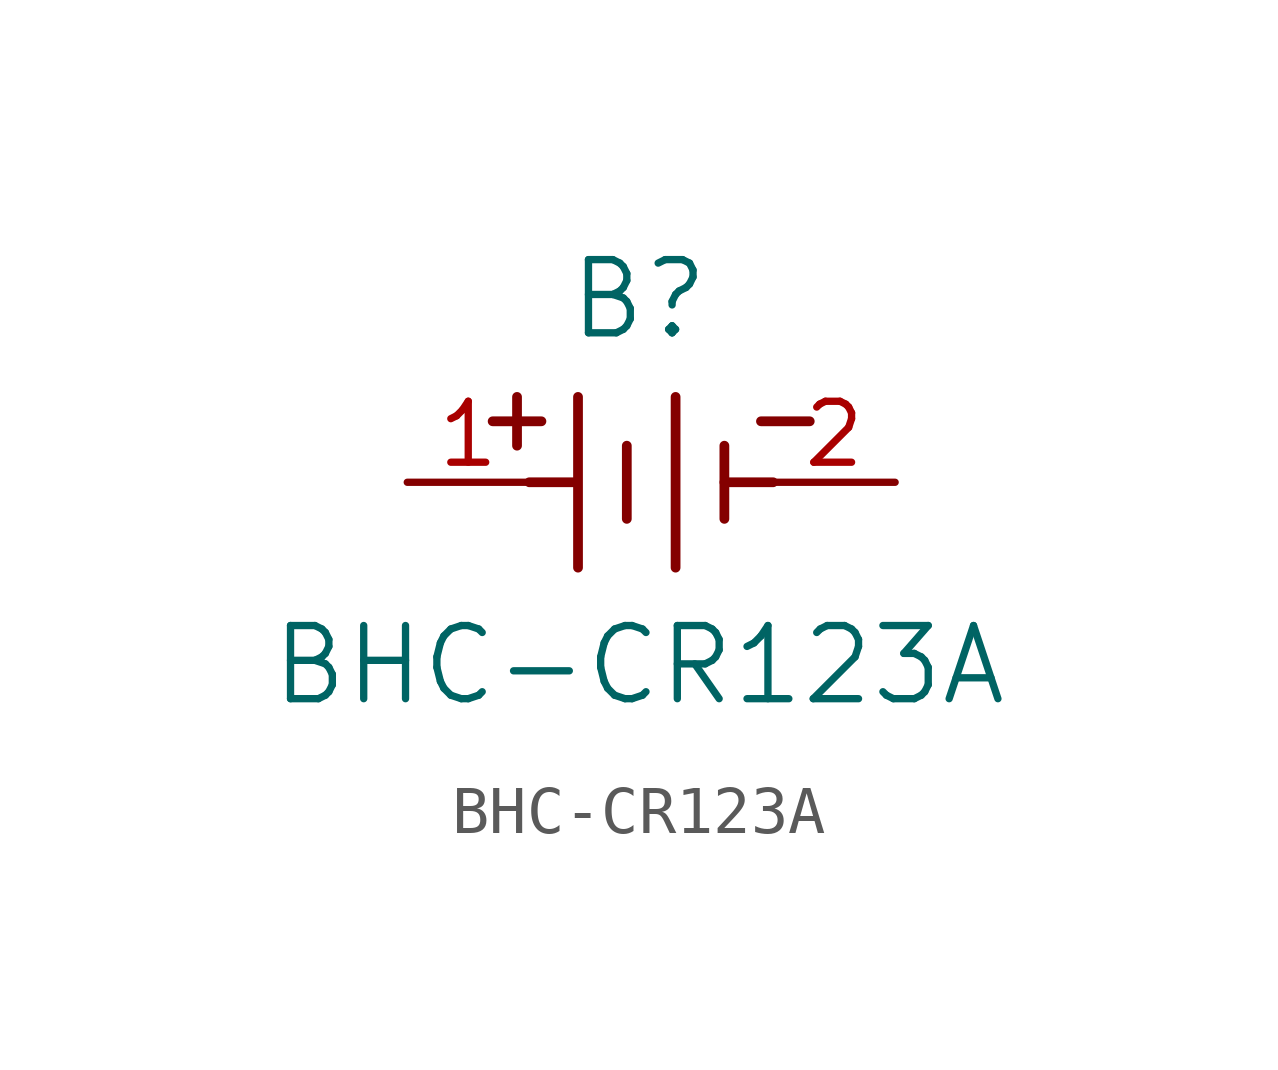
<source format=kicad_sym>
(kicad_symbol_lib
  (version 20231120)
  (generator "kicad_symbol_editor")
  (generator_version "8.0")
  (symbol "BHC-CR123A"
    (pin_names
      (offset 0.254))
    (property "Reference" "B"
      (at 4.826 3.81 0)
      (effects (font (size 1.524 1.524))))
    (property "Value" "BHC-CR123A"
      (at 4.826 -3.81 0)
      (effects (font (size 1.524 1.524))))
    (property "ki_locked" ""
      (at 0 0 0)
      (effects (font (size 1.27 1.27))))
    (symbol "BHC-CR123A_0_1"
      (polyline (pts (xy 1.778 1.27) (xy 2.794 1.27)) (stroke (width 0.203) (type default)) (fill (type none)))
      (polyline (pts (xy 2.286 0.762) (xy 2.286 1.778)) (stroke (width 0.203) (type default)) (fill (type none)))
      (polyline (pts (xy 2.54 0) (xy 3.48 0)) (stroke (width 0.203) (type default)) (fill (type none)))
      (polyline (pts (xy 3.556 -1.778) (xy 3.556 1.778)) (stroke (width 0.203) (type default)) (fill (type none)))
      (polyline (pts (xy 4.572 0.762) (xy 4.572 -0.762)) (stroke (width 0.203) (type default)) (fill (type none)))
      (polyline (pts (xy 5.588 -1.778) (xy 5.588 1.778)) (stroke (width 0.203) (type default)) (fill (type none)))
      (polyline (pts (xy 6.604 0) (xy 7.62 0)) (stroke (width 0.203) (type default)) (fill (type none)))
      (polyline (pts (xy 6.604 0.762) (xy 6.604 -0.762)) (stroke (width 0.203) (type default)) (fill (type none)))
      (polyline (pts (xy 7.366 1.27) (xy 8.382 1.27)) (stroke (width 0.203) (type default)) (fill (type none))))
    (symbol "BHC-CR123A_1_1"
      (pin unspecified line (at 0 0 0) (length 2.54) (name "" (effects (font (size 1.27 1.27)))) (number "1" (effects (font (size 1.27 1.27)))))
      (pin unspecified line (at 10.16 0 180) (length 2.54) (name "" (effects (font (size 1.27 1.27)))) (number "2" (effects (font (size 1.27 1.27))))))))
</source>
